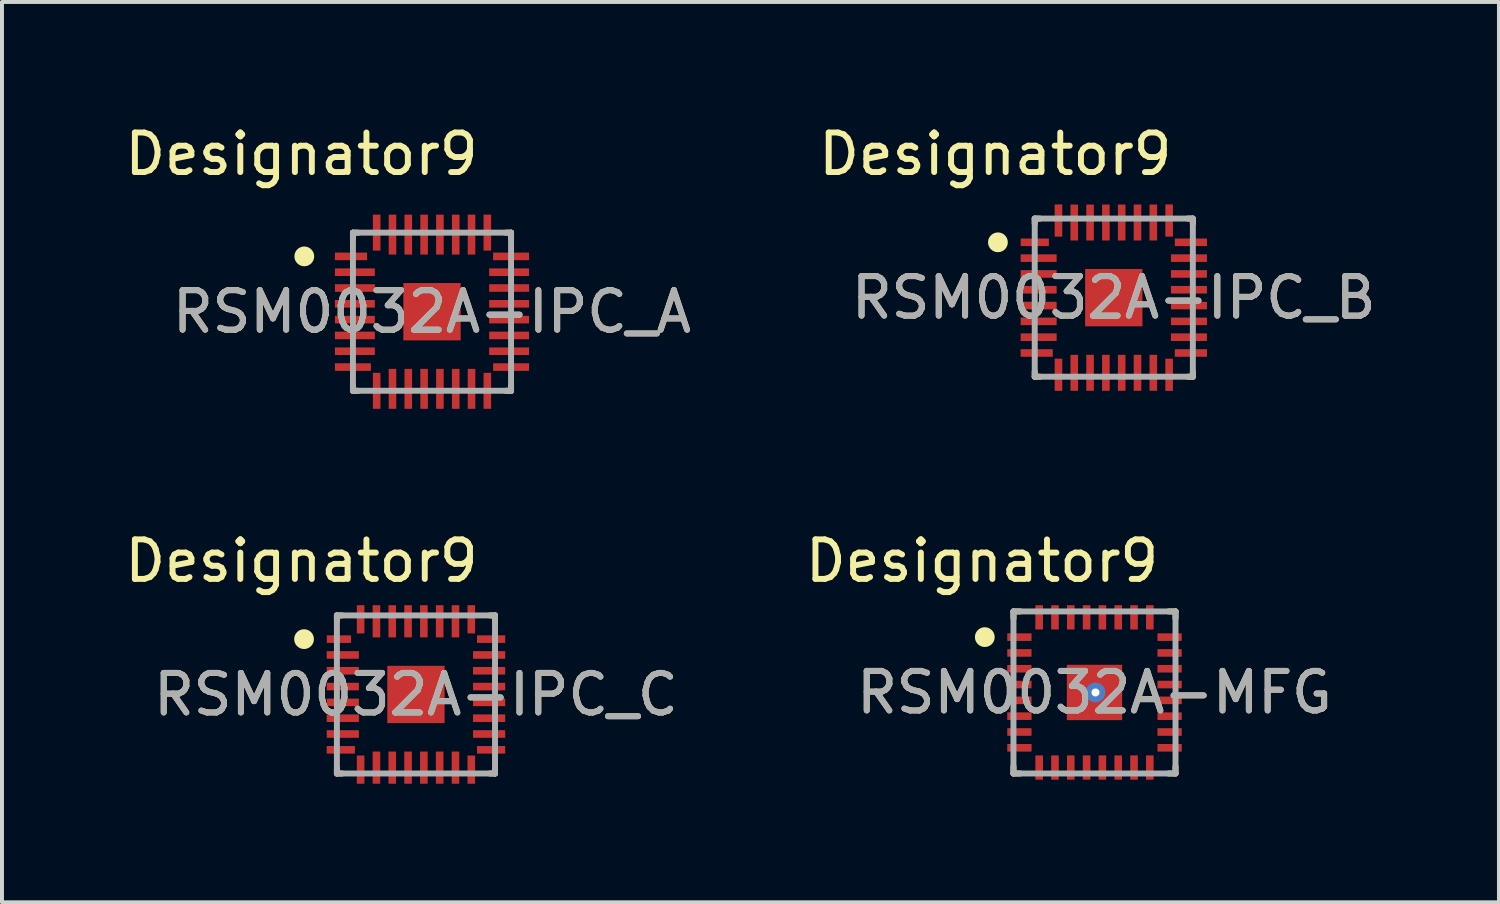
<source format=kicad_pcb>
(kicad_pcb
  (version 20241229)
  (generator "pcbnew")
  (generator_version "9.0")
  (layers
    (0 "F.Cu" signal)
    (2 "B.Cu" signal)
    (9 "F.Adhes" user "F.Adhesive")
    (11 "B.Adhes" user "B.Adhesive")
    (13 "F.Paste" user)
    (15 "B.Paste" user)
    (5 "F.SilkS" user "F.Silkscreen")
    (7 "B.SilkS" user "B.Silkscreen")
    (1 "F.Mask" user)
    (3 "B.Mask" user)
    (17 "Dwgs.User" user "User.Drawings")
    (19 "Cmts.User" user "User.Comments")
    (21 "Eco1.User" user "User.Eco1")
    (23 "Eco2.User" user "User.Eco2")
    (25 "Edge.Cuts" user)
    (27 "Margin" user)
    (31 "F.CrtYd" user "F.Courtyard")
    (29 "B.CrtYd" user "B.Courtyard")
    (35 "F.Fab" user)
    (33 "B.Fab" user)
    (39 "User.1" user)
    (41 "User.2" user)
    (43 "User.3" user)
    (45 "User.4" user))
  (footprint "RSM0032A-IPC_C"
    (layer "F.Cu")
    (at 7.473 14.519)
    (property "Reference" "RSM0032A-IPC_C" (at 0 0 0) (unlocked yes) (layer "F.SilkS") (effects (font (size 1 1) (thickness 0.15))))
    (attr smd)
    (fp_line (start -2 -2) (end -1.871 -2) (stroke (width 0.15) (type solid)) (layer "F.SilkS"))
    (fp_line (start -2 -1.871) (end -2 -2) (stroke (width 0.15) (type solid)) (layer "F.SilkS"))
    (fp_line (start -2 2) (end -2 1.871) (stroke (width 0.15) (type solid)) (layer "F.SilkS"))
    (fp_line (start -2 2) (end -1.871 2) (stroke (width 0.15) (type solid)) (layer "F.SilkS"))
    (fp_line (start 1.871 -2) (end 2 -2) (stroke (width 0.15) (type solid)) (layer "F.SilkS"))
    (fp_line (start 1.871 2) (end 2 2) (stroke (width 0.15) (type solid)) (layer "F.SilkS"))
    (fp_line (start 2 -1.871) (end 2 -2) (stroke (width 0.15) (type solid)) (layer "F.SilkS"))
    (fp_line (start 2 2) (end 2 1.871) (stroke (width 0.15) (type solid)) (layer "F.SilkS"))
    (fp_circle (center -2.831 -1.4) (end -2.706 -1.4) (stroke (width 0.25) (type solid)) (fill no) (layer "F.SilkS"))
    (fp_poly (pts (xy -0.459 0.459) (xy 0.459 0.459) (xy 0.459 -0.459) (xy -0.459 -0.459)) (stroke (width 0) (type solid)) (fill yes) (layer "F.Paste"))
    (fp_line (start -2 -2) (end 2 -2) (stroke (width 0.15) (type solid)) (layer "F.Fab"))
    (fp_line (start -2 2) (end -2 -2) (stroke (width 0.15) (type solid)) (layer "F.Fab"))
    (fp_line (start -2 2) (end 2 2) (stroke (width 0.15) (type solid)) (layer "F.Fab"))
    (fp_line (start 2 2) (end 2 -2) (stroke (width 0.15) (type solid)) (layer "F.Fab"))
    (fp_text user "Designator9" (at -2.896 -3.378 0) (unlocked yes) (layer "F.SilkS") (effects (font (size 1 1) (thickness 0.15))))
    (fp_text user "${REFERENCE}" (at 0 0 0) (unlocked yes) (layer "F.Fab") (effects (font (size 1 1) (thickness 0.15))))
    (pad "1" smd rect (at -1.949 -1.4) (size 0.614 0.192) (layers "F.Cu" "F.Mask" "F.Paste"))
    (pad "2" smd rect (at -1.851 -1) (size 0.814 0.192) (layers "F.Cu" "F.Mask" "F.Paste"))
    (pad "3" smd rect (at -1.851 -0.6) (size 0.814 0.192) (layers "F.Cu" "F.Mask" "F.Paste"))
    (pad "4" smd rect (at -1.851 -0.2) (size 0.814 0.192) (layers "F.Cu" "F.Mask" "F.Paste"))
    (pad "5" smd rect (at -1.851 0.2) (size 0.814 0.192) (layers "F.Cu" "F.Mask" "F.Paste"))
    (pad "6" smd rect (at -1.851 0.6) (size 0.814 0.192) (layers "F.Cu" "F.Mask" "F.Paste"))
    (pad "7" smd rect (at -1.851 1) (size 0.814 0.192) (layers "F.Cu" "F.Mask" "F.Paste"))
    (pad "8" smd rect (at -1.901 1.4) (size 0.714 0.192) (layers "F.Cu" "F.Mask" "F.Paste"))
    (pad "9" smd rect (at -1.4 1.901 90) (size 0.714 0.192) (layers "F.Cu" "F.Mask" "F.Paste"))
    (pad "10" smd rect (at -1 1.851 90) (size 0.814 0.192) (layers "F.Cu" "F.Mask" "F.Paste"))
    (pad "11" smd rect (at -0.6 1.851 90) (size 0.814 0.192) (layers "F.Cu" "F.Mask" "F.Paste"))
    (pad "12" smd rect (at -0.2 1.851 90) (size 0.814 0.192) (layers "F.Cu" "F.Mask" "F.Paste"))
    (pad "13" smd rect (at 0.2 1.851 90) (size 0.814 0.192) (layers "F.Cu" "F.Mask" "F.Paste"))
    (pad "14" smd rect (at 0.6 1.851 90) (size 0.814 0.192) (layers "F.Cu" "F.Mask" "F.Paste"))
    (pad "15" smd rect (at 1 1.851 90) (size 0.814 0.192) (layers "F.Cu" "F.Mask" "F.Paste"))
    (pad "16" smd rect (at 1.4 1.901 90) (size 0.714 0.192) (layers "F.Cu" "F.Mask" "F.Paste"))
    (pad "17" smd rect (at 1.901 1.4) (size 0.714 0.192) (layers "F.Cu" "F.Mask" "F.Paste"))
    (pad "18" smd rect (at 1.851 1) (size 0.814 0.192) (layers "F.Cu" "F.Mask" "F.Paste"))
    (pad "19" smd rect (at 1.851 0.6) (size 0.814 0.192) (layers "F.Cu" "F.Mask" "F.Paste"))
    (pad "20" smd rect (at 1.851 0.2) (size 0.814 0.192) (layers "F.Cu" "F.Mask" "F.Paste"))
    (pad "21" smd rect (at 1.851 -0.2) (size 0.814 0.192) (layers "F.Cu" "F.Mask" "F.Paste"))
    (pad "22" smd rect (at 1.851 -0.6) (size 0.814 0.192) (layers "F.Cu" "F.Mask" "F.Paste"))
    (pad "23" smd rect (at 1.851 -1) (size 0.814 0.192) (layers "F.Cu" "F.Mask" "F.Paste"))
    (pad "24" smd rect (at 1.901 -1.4) (size 0.714 0.192) (layers "F.Cu" "F.Mask" "F.Paste"))
    (pad "25" smd rect (at 1.4 -1.901 90) (size 0.714 0.192) (layers "F.Cu" "F.Mask" "F.Paste"))
    (pad "26" smd rect (at 1 -1.851 90) (size 0.814 0.192) (layers "F.Cu" "F.Mask" "F.Paste"))
    (pad "27" smd rect (at 0.6 -1.851 90) (size 0.814 0.192) (layers "F.Cu" "F.Mask" "F.Paste"))
    (pad "28" smd rect (at 0.2 -1.851 90) (size 0.814 0.192) (layers "F.Cu" "F.Mask" "F.Paste"))
    (pad "29" smd rect (at -0.2 -1.851 90) (size 0.814 0.192) (layers "F.Cu" "F.Mask" "F.Paste"))
    (pad "30" smd rect (at -0.6 -1.851 90) (size 0.814 0.192) (layers "F.Cu" "F.Mask" "F.Paste"))
    (pad "31" smd rect (at -1 -1.851 90) (size 0.814 0.192) (layers "F.Cu" "F.Mask" "F.Paste"))
    (pad "32" smd rect (at -1.4 -1.901 90) (size 0.714 0.192) (layers "F.Cu" "F.Mask" "F.Paste"))
    (pad "33" smd rect (at 0 0) (size 1.45 1.45) (layers "F.Cu" "F.Mask")))
  (footprint "RSM0032A-IPC_A"
    (layer "F.Cu")
    (at 7.879 4.836)
    (property "Reference" "RSM0032A-IPC_A" (at 0 0 0) (unlocked yes) (layer "F.SilkS") (effects (font (size 1 1) (thickness 0.15))))
    (attr smd)
    (fp_line (start -2 -2) (end -1.871 -2) (stroke (width 0.15) (type solid)) (layer "F.SilkS"))
    (fp_line (start -2 -1.871) (end -2 -2) (stroke (width 0.15) (type solid)) (layer "F.SilkS"))
    (fp_line (start -2 2) (end -2 1.871) (stroke (width 0.15) (type solid)) (layer "F.SilkS"))
    (fp_line (start -2 2) (end -1.871 2) (stroke (width 0.15) (type solid)) (layer "F.SilkS"))
    (fp_line (start 1.871 -2) (end 2 -2) (stroke (width 0.15) (type solid)) (layer "F.SilkS"))
    (fp_line (start 1.871 2) (end 2 2) (stroke (width 0.15) (type solid)) (layer "F.SilkS"))
    (fp_line (start 2 -1.871) (end 2 -2) (stroke (width 0.15) (type solid)) (layer "F.SilkS"))
    (fp_line (start 2 2) (end 2 1.871) (stroke (width 0.15) (type solid)) (layer "F.SilkS"))
    (fp_circle (center -3.231 -1.4) (end -3.106 -1.4) (stroke (width 0.25) (type solid)) (fill no) (layer "F.SilkS"))
    (fp_poly (pts (xy -0.459 0.459) (xy 0.459 0.459) (xy 0.459 -0.459) (xy -0.459 -0.459)) (stroke (width 0) (type solid)) (fill yes) (layer "F.Paste"))
    (fp_line (start -2 -2) (end 2 -2) (stroke (width 0.15) (type solid)) (layer "F.Fab"))
    (fp_line (start -2 2) (end -2 -2) (stroke (width 0.15) (type solid)) (layer "F.Fab"))
    (fp_line (start -2 2) (end 2 2) (stroke (width 0.15) (type solid)) (layer "F.Fab"))
    (fp_line (start 2 2) (end 2 -2) (stroke (width 0.15) (type solid)) (layer "F.Fab"))
    (fp_text user "Designator9" (at -3.302 -3.988 0) (unlocked yes) (layer "F.SilkS") (effects (font (size 1 1) (thickness 0.15))))
    (fp_text user "${REFERENCE}" (at 0 0 0) (unlocked yes) (layer "F.Fab") (effects (font (size 1 1) (thickness 0.15))))
    (pad "1" smd rect (at -2.049 -1.4) (size 0.814 0.192) (layers "F.Cu" "F.Mask" "F.Paste"))
    (pad "2" smd rect (at -1.951 -1 90) (size 0.192 1.01) (layers "F.Cu" "F.Mask" "F.Paste"))
    (pad "3" smd rect (at -1.951 -0.6 90) (size 0.192 1.01) (layers "F.Cu" "F.Mask" "F.Paste"))
    (pad "4" smd rect (at -1.951 -0.2 90) (size 0.192 1.01) (layers "F.Cu" "F.Mask" "F.Paste"))
    (pad "5" smd rect (at -1.951 0.2 90) (size 0.192 1.01) (layers "F.Cu" "F.Mask" "F.Paste"))
    (pad "6" smd rect (at -1.951 0.6 90) (size 0.192 1.01) (layers "F.Cu" "F.Mask" "F.Paste"))
    (pad "7" smd rect (at -1.951 1 90) (size 0.192 1.01) (layers "F.Cu" "F.Mask" "F.Paste"))
    (pad "8" smd rect (at -2.001 1.4 90) (size 0.192 0.91) (layers "F.Cu" "F.Mask" "F.Paste"))
    (pad "9" smd rect (at -1.4 2.001) (size 0.192 0.91) (layers "F.Cu" "F.Mask" "F.Paste"))
    (pad "10" smd rect (at -1 1.951) (size 0.192 1.01) (layers "F.Cu" "F.Mask" "F.Paste"))
    (pad "11" smd rect (at -0.6 1.951) (size 0.192 1.01) (layers "F.Cu" "F.Mask" "F.Paste"))
    (pad "12" smd rect (at -0.2 1.951) (size 0.192 1.01) (layers "F.Cu" "F.Mask" "F.Paste"))
    (pad "13" smd rect (at 0.2 1.951) (size 0.192 1.01) (layers "F.Cu" "F.Mask" "F.Paste"))
    (pad "14" smd rect (at 0.6 1.951) (size 0.192 1.01) (layers "F.Cu" "F.Mask" "F.Paste"))
    (pad "15" smd rect (at 1 1.951) (size 0.192 1.01) (layers "F.Cu" "F.Mask" "F.Paste"))
    (pad "16" smd rect (at 1.4 2.001) (size 0.192 0.91) (layers "F.Cu" "F.Mask" "F.Paste"))
    (pad "17" smd rect (at 2.001 1.4 90) (size 0.192 0.91) (layers "F.Cu" "F.Mask" "F.Paste"))
    (pad "18" smd rect (at 1.951 1 90) (size 0.192 1.01) (layers "F.Cu" "F.Mask" "F.Paste"))
    (pad "19" smd rect (at 1.951 0.6 90) (size 0.192 1.01) (layers "F.Cu" "F.Mask" "F.Paste"))
    (pad "20" smd rect (at 1.951 0.2 90) (size 0.192 1.01) (layers "F.Cu" "F.Mask" "F.Paste"))
    (pad "21" smd rect (at 1.951 -0.2 90) (size 0.192 1.01) (layers "F.Cu" "F.Mask" "F.Paste"))
    (pad "22" smd rect (at 1.951 -0.6 90) (size 0.192 1.01) (layers "F.Cu" "F.Mask" "F.Paste"))
    (pad "23" smd rect (at 1.951 -1 90) (size 0.192 1.01) (layers "F.Cu" "F.Mask" "F.Paste"))
    (pad "24" smd rect (at 2.001 -1.4 90) (size 0.192 0.91) (layers "F.Cu" "F.Mask" "F.Paste"))
    (pad "25" smd rect (at 1.4 -2.001) (size 0.192 0.91) (layers "F.Cu" "F.Mask" "F.Paste"))
    (pad "26" smd rect (at 1 -1.951) (size 0.192 1.01) (layers "F.Cu" "F.Mask" "F.Paste"))
    (pad "27" smd rect (at 0.6 -1.951) (size 0.192 1.01) (layers "F.Cu" "F.Mask" "F.Paste"))
    (pad "28" smd rect (at 0.2 -1.951) (size 0.192 1.01) (layers "F.Cu" "F.Mask" "F.Paste"))
    (pad "29" smd rect (at -0.2 -1.951) (size 0.192 1.01) (layers "F.Cu" "F.Mask" "F.Paste"))
    (pad "30" smd rect (at -0.6 -1.951) (size 0.192 1.01) (layers "F.Cu" "F.Mask" "F.Paste"))
    (pad "31" smd rect (at -1 -1.951) (size 0.192 1.01) (layers "F.Cu" "F.Mask" "F.Paste"))
    (pad "32" smd rect (at -1.4 -2.001) (size 0.192 0.91) (layers "F.Cu" "F.Mask" "F.Paste"))
    (pad "33" smd rect (at 0 0) (size 1.45 1.45) (layers "F.Cu" "F.Mask")))
  (footprint "RSM0032A-MFG"
    (layer "F.Cu")
    (at 24.639 14.468)
    (property "Reference" "RSM0032A-MFG" (at 0 0 0) (unlocked yes) (layer "F.SilkS") (effects (font (size 1 1) (thickness 0.15))))
    (attr smd)
    (fp_line (start -2.05 -2.05) (end -1.875 -2.05) (stroke (width 0.15) (type solid)) (layer "F.SilkS"))
    (fp_line (start -2.05 -1.875) (end -2.05 -2.05) (stroke (width 0.15) (type solid)) (layer "F.SilkS"))
    (fp_line (start -2.05 2.05) (end -2.05 1.875) (stroke (width 0.15) (type solid)) (layer "F.SilkS"))
    (fp_line (start -2.05 2.05) (end -1.875 2.05) (stroke (width 0.15) (type solid)) (layer "F.SilkS"))
    (fp_line (start 1.875 -2.05) (end 2.05 -2.05) (stroke (width 0.15) (type solid)) (layer "F.SilkS"))
    (fp_line (start 1.875 2.05) (end 2.05 2.05) (stroke (width 0.15) (type solid)) (layer "F.SilkS"))
    (fp_line (start 2.05 -1.875) (end 2.05 -2.05) (stroke (width 0.15) (type solid)) (layer "F.SilkS"))
    (fp_line (start 2.05 2.05) (end 2.05 1.875) (stroke (width 0.15) (type solid)) (layer "F.SilkS"))
    (fp_circle (center -2.775 -1.4) (end -2.65 -1.4) (stroke (width 0.25) (type solid)) (fill no) (layer "F.SilkS"))
    (fp_poly (pts (xy 0.6 -0.65) (xy 0.65 -0.6) (xy 0.65 0.6) (xy 0.6 0.65) (xy -0.6 0.65) (xy -0.65 0.6) (xy -0.65 -0.6) (xy -0.6 -0.65)) (stroke (width 0) (type solid)) (fill yes) (layer "F.Paste"))
    (fp_line (start -2.05 -2.05) (end 2.05 -2.05) (stroke (width 0.15) (type solid)) (layer "F.Fab"))
    (fp_line (start -2.05 2.05) (end -2.05 -2.05) (stroke (width 0.15) (type solid)) (layer "F.Fab"))
    (fp_line (start -2.05 2.05) (end 2.05 2.05) (stroke (width 0.15) (type solid)) (layer "F.Fab"))
    (fp_line (start 2.05 2.05) (end 2.05 -2.05) (stroke (width 0.15) (type solid)) (layer "F.Fab"))
    (fp_text user "Designator9" (at -2.845 -3.327 0) (unlocked yes) (layer "F.SilkS") (effects (font (size 1 1) (thickness 0.15))))
    (fp_text user "${REFERENCE}" (at 0 0 0) (unlocked yes) (layer "F.Fab") (effects (font (size 1 1) (thickness 0.15))))
    (pad "1" smd rect (at -1.9 -1.4) (size 0.614 0.192) (layers "F.Cu" "F.Mask" "F.Paste"))
    (pad "2" smd rect (at -1.9 -1) (size 0.614 0.192) (layers "F.Cu" "F.Mask" "F.Paste"))
    (pad "3" smd rect (at -1.9 -0.6) (size 0.614 0.192) (layers "F.Cu" "F.Mask" "F.Paste"))
    (pad "4" smd rect (at -1.9 -0.2) (size 0.614 0.192) (layers "F.Cu" "F.Mask" "F.Paste"))
    (pad "5" smd rect (at -1.9 0.2) (size 0.614 0.192) (layers "F.Cu" "F.Mask" "F.Paste"))
    (pad "6" smd rect (at -1.9 0.6) (size 0.614 0.192) (layers "F.Cu" "F.Mask" "F.Paste"))
    (pad "7" smd rect (at -1.9 1) (size 0.614 0.192) (layers "F.Cu" "F.Mask" "F.Paste"))
    (pad "8" smd rect (at -1.9 1.4) (size 0.614 0.192) (layers "F.Cu" "F.Mask" "F.Paste"))
    (pad "9" smd rect (at -1.4 1.9 90) (size 0.614 0.192) (layers "F.Cu" "F.Mask" "F.Paste"))
    (pad "10" smd rect (at -1 1.9 90) (size 0.614 0.192) (layers "F.Cu" "F.Mask" "F.Paste"))
    (pad "11" smd rect (at -0.6 1.9 90) (size 0.614 0.192) (layers "F.Cu" "F.Mask" "F.Paste"))
    (pad "12" smd rect (at -0.2 1.9 90) (size 0.614 0.192) (layers "F.Cu" "F.Mask" "F.Paste"))
    (pad "13" smd rect (at 0.2 1.9 90) (size 0.614 0.192) (layers "F.Cu" "F.Mask" "F.Paste"))
    (pad "14" smd rect (at 0.6 1.9 90) (size 0.614 0.192) (layers "F.Cu" "F.Mask" "F.Paste"))
    (pad "15" smd rect (at 1 1.9 90) (size 0.614 0.192) (layers "F.Cu" "F.Mask" "F.Paste"))
    (pad "16" smd rect (at 1.4 1.9 90) (size 0.614 0.192) (layers "F.Cu" "F.Mask" "F.Paste"))
    (pad "17" smd rect (at 1.9 1.4) (size 0.614 0.192) (layers "F.Cu" "F.Mask" "F.Paste"))
    (pad "18" smd rect (at 1.9 1) (size 0.614 0.192) (layers "F.Cu" "F.Mask" "F.Paste"))
    (pad "19" smd rect (at 1.9 0.6) (size 0.614 0.192) (layers "F.Cu" "F.Mask" "F.Paste"))
    (pad "20" smd rect (at 1.9 0.2) (size 0.614 0.192) (layers "F.Cu" "F.Mask" "F.Paste"))
    (pad "21" smd rect (at 1.9 -0.2) (size 0.614 0.192) (layers "F.Cu" "F.Mask" "F.Paste"))
    (pad "22" smd rect (at 1.9 -0.6) (size 0.614 0.192) (layers "F.Cu" "F.Mask" "F.Paste"))
    (pad "23" smd rect (at 1.9 -1) (size 0.614 0.192) (layers "F.Cu" "F.Mask" "F.Paste"))
    (pad "24" smd rect (at 1.9 -1.4) (size 0.614 0.192) (layers "F.Cu" "F.Mask" "F.Paste"))
    (pad "25" smd rect (at 1.4 -1.9 90) (size 0.614 0.192) (layers "F.Cu" "F.Mask" "F.Paste"))
    (pad "26" smd rect (at 1 -1.9 90) (size 0.614 0.192) (layers "F.Cu" "F.Mask" "F.Paste"))
    (pad "27" smd rect (at 0.6 -1.9 90) (size 0.614 0.192) (layers "F.Cu" "F.Mask" "F.Paste"))
    (pad "28" smd rect (at 0.2 -1.9 90) (size 0.614 0.192) (layers "F.Cu" "F.Mask" "F.Paste"))
    (pad "29" smd rect (at -0.2 -1.9 90) (size 0.614 0.192) (layers "F.Cu" "F.Mask" "F.Paste"))
    (pad "30" smd rect (at -0.6 -1.9 90) (size 0.614 0.192) (layers "F.Cu" "F.Mask" "F.Paste"))
    (pad "31" smd rect (at -1 -1.9 90) (size 0.614 0.192) (layers "F.Cu" "F.Mask" "F.Paste"))
    (pad "32" smd rect (at -1.4 -1.9 90) (size 0.614 0.192) (layers "F.Cu" "F.Mask" "F.Paste"))
    (pad "33" smd rect (at 0 0) (size 1.4 1.4) (layers "F.Cu" "F.Mask"))
    (pad "34" thru_hole circle (at 0.025 0) (size 0.5 0.5) (drill 0.203) (layers "*.Cu" "*.Mask")))
  (footprint "RSM0032A-IPC_B"
    (layer "F.Cu")
    (at 25.127 4.48)
    (property "Reference" "RSM0032A-IPC_B" (at 0 0 0) (unlocked yes) (layer "F.SilkS") (effects (font (size 1 1) (thickness 0.15))))
    (attr smd)
    (fp_line (start -2 -2) (end -1.871 -2) (stroke (width 0.15) (type solid)) (layer "F.SilkS"))
    (fp_line (start -2 -1.871) (end -2 -2) (stroke (width 0.15) (type solid)) (layer "F.SilkS"))
    (fp_line (start -2 2) (end -2 1.871) (stroke (width 0.15) (type solid)) (layer "F.SilkS"))
    (fp_line (start -2 2) (end -1.871 2) (stroke (width 0.15) (type solid)) (layer "F.SilkS"))
    (fp_line (start 1.871 -2) (end 2 -2) (stroke (width 0.15) (type solid)) (layer "F.SilkS"))
    (fp_line (start 1.871 2) (end 2 2) (stroke (width 0.15) (type solid)) (layer "F.SilkS"))
    (fp_line (start 2 -1.871) (end 2 -2) (stroke (width 0.15) (type solid)) (layer "F.SilkS"))
    (fp_line (start 2 2) (end 2 1.871) (stroke (width 0.15) (type solid)) (layer "F.SilkS"))
    (fp_circle (center -2.931 -1.4) (end -2.806 -1.4) (stroke (width 0.25) (type solid)) (fill no) (layer "F.SilkS"))
    (fp_poly (pts (xy -0.459 0.459) (xy 0.459 0.459) (xy 0.459 -0.459) (xy -0.459 -0.459)) (stroke (width 0) (type solid)) (fill yes) (layer "F.Paste"))
    (fp_line (start -2 -2) (end 2 -2) (stroke (width 0.15) (type solid)) (layer "F.Fab"))
    (fp_line (start -2 2) (end -2 -2) (stroke (width 0.15) (type solid)) (layer "F.Fab"))
    (fp_line (start -2 2) (end 2 2) (stroke (width 0.15) (type solid)) (layer "F.Fab"))
    (fp_line (start 2 2) (end 2 -2) (stroke (width 0.15) (type solid)) (layer "F.Fab"))
    (fp_text user "Designator9" (at -2.997 -3.632 0) (unlocked yes) (layer "F.SilkS") (effects (font (size 1 1) (thickness 0.15))))
    (fp_text user "${REFERENCE}" (at 0 0 0) (unlocked yes) (layer "F.Fab") (effects (font (size 1 1) (thickness 0.15))))
    (pad "1" smd rect (at -1.999 -1.4) (size 0.714 0.192) (layers "F.Cu" "F.Mask" "F.Paste"))
    (pad "2" smd rect (at -1.901 -1 90) (size 0.192 0.91) (layers "F.Cu" "F.Mask" "F.Paste"))
    (pad "3" smd rect (at -1.901 -0.6 90) (size 0.192 0.91) (layers "F.Cu" "F.Mask" "F.Paste"))
    (pad "4" smd rect (at -1.901 -0.2 90) (size 0.192 0.91) (layers "F.Cu" "F.Mask" "F.Paste"))
    (pad "5" smd rect (at -1.901 0.2 90) (size 0.192 0.91) (layers "F.Cu" "F.Mask" "F.Paste"))
    (pad "6" smd rect (at -1.901 0.6 90) (size 0.192 0.91) (layers "F.Cu" "F.Mask" "F.Paste"))
    (pad "7" smd rect (at -1.901 1 90) (size 0.192 0.91) (layers "F.Cu" "F.Mask" "F.Paste"))
    (pad "8" smd rect (at -1.951 1.4) (size 0.814 0.192) (layers "F.Cu" "F.Mask" "F.Paste"))
    (pad "9" smd rect (at -1.4 1.951 90) (size 0.814 0.192) (layers "F.Cu" "F.Mask" "F.Paste"))
    (pad "10" smd rect (at -1 1.901) (size 0.192 0.91) (layers "F.Cu" "F.Mask" "F.Paste"))
    (pad "11" smd rect (at -0.6 1.901) (size 0.192 0.91) (layers "F.Cu" "F.Mask" "F.Paste"))
    (pad "12" smd rect (at -0.2 1.901) (size 0.192 0.91) (layers "F.Cu" "F.Mask" "F.Paste"))
    (pad "13" smd rect (at 0.2 1.901) (size 0.192 0.91) (layers "F.Cu" "F.Mask" "F.Paste"))
    (pad "14" smd rect (at 0.6 1.901) (size 0.192 0.91) (layers "F.Cu" "F.Mask" "F.Paste"))
    (pad "15" smd rect (at 1 1.901) (size 0.192 0.91) (layers "F.Cu" "F.Mask" "F.Paste"))
    (pad "16" smd rect (at 1.4 1.951 90) (size 0.814 0.192) (layers "F.Cu" "F.Mask" "F.Paste"))
    (pad "17" smd rect (at 1.951 1.4) (size 0.814 0.192) (layers "F.Cu" "F.Mask" "F.Paste"))
    (pad "18" smd rect (at 1.901 1 90) (size 0.192 0.91) (layers "F.Cu" "F.Mask" "F.Paste"))
    (pad "19" smd rect (at 1.901 0.6 90) (size 0.192 0.91) (layers "F.Cu" "F.Mask" "F.Paste"))
    (pad "20" smd rect (at 1.901 0.2 90) (size 0.192 0.91) (layers "F.Cu" "F.Mask" "F.Paste"))
    (pad "21" smd rect (at 1.901 -0.2 90) (size 0.192 0.91) (layers "F.Cu" "F.Mask" "F.Paste"))
    (pad "22" smd rect (at 1.901 -0.6 90) (size 0.192 0.91) (layers "F.Cu" "F.Mask" "F.Paste"))
    (pad "23" smd rect (at 1.901 -1 90) (size 0.192 0.91) (layers "F.Cu" "F.Mask" "F.Paste"))
    (pad "24" smd rect (at 1.951 -1.4) (size 0.814 0.192) (layers "F.Cu" "F.Mask" "F.Paste"))
    (pad "25" smd rect (at 1.4 -1.951 90) (size 0.814 0.192) (layers "F.Cu" "F.Mask" "F.Paste"))
    (pad "26" smd rect (at 1 -1.901) (size 0.192 0.91) (layers "F.Cu" "F.Mask" "F.Paste"))
    (pad "27" smd rect (at 0.6 -1.901) (size 0.192 0.91) (layers "F.Cu" "F.Mask" "F.Paste"))
    (pad "28" smd rect (at 0.2 -1.901) (size 0.192 0.91) (layers "F.Cu" "F.Mask" "F.Paste"))
    (pad "29" smd rect (at -0.2 -1.901) (size 0.192 0.91) (layers "F.Cu" "F.Mask" "F.Paste"))
    (pad "30" smd rect (at -0.6 -1.901) (size 0.192 0.91) (layers "F.Cu" "F.Mask" "F.Paste"))
    (pad "31" smd rect (at -1 -1.901) (size 0.192 0.91) (layers "F.Cu" "F.Mask" "F.Paste"))
    (pad "32" smd rect (at -1.4 -1.951 90) (size 0.814 0.192) (layers "F.Cu" "F.Mask" "F.Paste"))
    (pad "33" smd rect (at 0 0) (size 1.45 1.45) (layers "F.Cu" "F.Mask")))
  (gr_rect
    (start -3 -3)
    (end 34.871 19.777)
    (stroke (width 0.1) (type default))
    (fill no)
    (layer "Edge.Cuts")))
</source>
